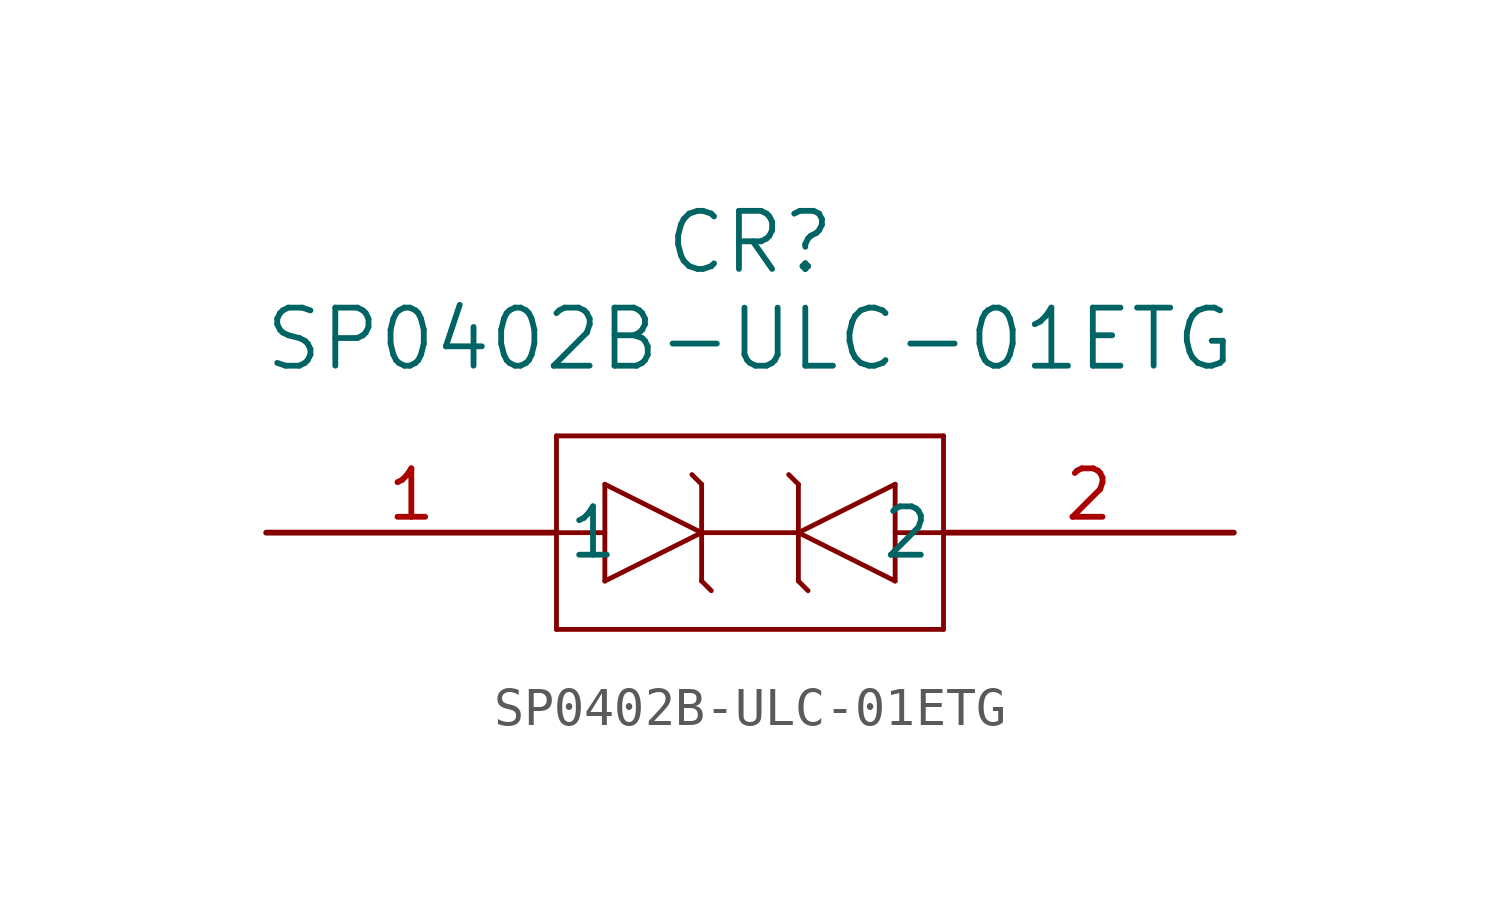
<source format=kicad_sym>
(kicad_symbol_lib
  (version 20211014)
  (generator kicad_symbol_editor)
  (symbol "SP0402B-ULC-01ETG"
    (pin_names
      (offset 0.254))
    (property "Reference" "CR"
      (at 12.7 7.62 0)
      (effects (font (size 1.524 1.524))))
    (property "Value" "SP0402B-ULC-01ETG"
      (at 12.7 5.08 0)
      (effects (font (size 1.524 1.524))))
    (symbol "SP0402B-ULC-01ETG_0_1"
      (polyline (pts (xy 7.62 2.54) (xy 7.62 -2.54)) (stroke (width 0.127) (type default) (color 0 0 0 0)) (fill (type none)))
      (polyline (pts (xy 7.62 -2.54) (xy 17.78 -2.54)) (stroke (width 0.127) (type default) (color 0 0 0 0)) (fill (type none)))
      (polyline (pts (xy 17.78 -2.54) (xy 17.78 2.54)) (stroke (width 0.127) (type default) (color 0 0 0 0)) (fill (type none)))
      (polyline (pts (xy 17.78 2.54) (xy 7.62 2.54)) (stroke (width 0.127) (type default) (color 0 0 0 0)) (fill (type none)))
      (polyline (pts (xy 13.97 -1.27) (xy 13.97 1.27)) (stroke (width 0.127) (type default) (color 0 0 0 0)) (fill (type none)))
      (polyline (pts (xy 13.97 0) (xy 16.51 1.27)) (stroke (width 0.127) (type default) (color 0 0 0 0)) (fill (type none)))
      (polyline (pts (xy 16.51 1.27) (xy 16.51 -1.27)) (stroke (width 0.127) (type default) (color 0 0 0 0)) (fill (type none)))
      (polyline (pts (xy 16.51 -1.27) (xy 13.97 0)) (stroke (width 0.127) (type default) (color 0 0 0 0)) (fill (type none)))
      (polyline (pts (xy 13.97 -1.27) (xy 14.224 -1.524)) (stroke (width 0.127) (type default) (color 0 0 0 0)) (fill (type none)))
      (polyline (pts (xy 13.97 1.27) (xy 13.716 1.524)) (stroke (width 0.127) (type default) (color 0 0 0 0)) (fill (type none)))
      (polyline (pts (xy 11.43 1.27) (xy 11.43 -1.27)) (stroke (width 0.127) (type default) (color 0 0 0 0)) (fill (type none)))
      (polyline (pts (xy 11.43 0) (xy 8.89 -1.27)) (stroke (width 0.127) (type default) (color 0 0 0 0)) (fill (type none)))
      (polyline (pts (xy 8.89 -1.27) (xy 8.89 1.27)) (stroke (width 0.127) (type default) (color 0 0 0 0)) (fill (type none)))
      (polyline (pts (xy 8.89 1.27) (xy 11.43 0)) (stroke (width 0.127) (type default) (color 0 0 0 0)) (fill (type none)))
      (polyline (pts (xy 11.43 1.27) (xy 11.176 1.524)) (stroke (width 0.127) (type default) (color 0 0 0 0)) (fill (type none)))
      (polyline (pts (xy 11.43 -1.27) (xy 11.684 -1.524)) (stroke (width 0.127) (type default) (color 0 0 0 0)) (fill (type none)))
      (polyline (pts (xy 7.62 0) (xy 8.89 0)) (stroke (width 0.127) (type default) (color 0 0 0 0)) (fill (type none)))
      (polyline (pts (xy 13.97 0) (xy 11.43 0)) (stroke (width 0.127) (type default) (color 0 0 0 0)) (fill (type none)))
      (polyline (pts (xy 16.51 0) (xy 17.78 0)) (stroke (width 0.127) (type default) (color 0 0 0 0)) (fill (type none)))
      (pin unspecified line (at 0 0 0) (length 7.62) (name "1" (effects (font (size 1.27 1.27)))) (number "1" (effects (font (size 1.27 1.27)))))
      (pin unspecified line (at 25.4 0 180) (length 7.62) (name "2" (effects (font (size 1.27 1.27)))) (number "2" (effects (font (size 1.27 1.27))))))))
</source>
